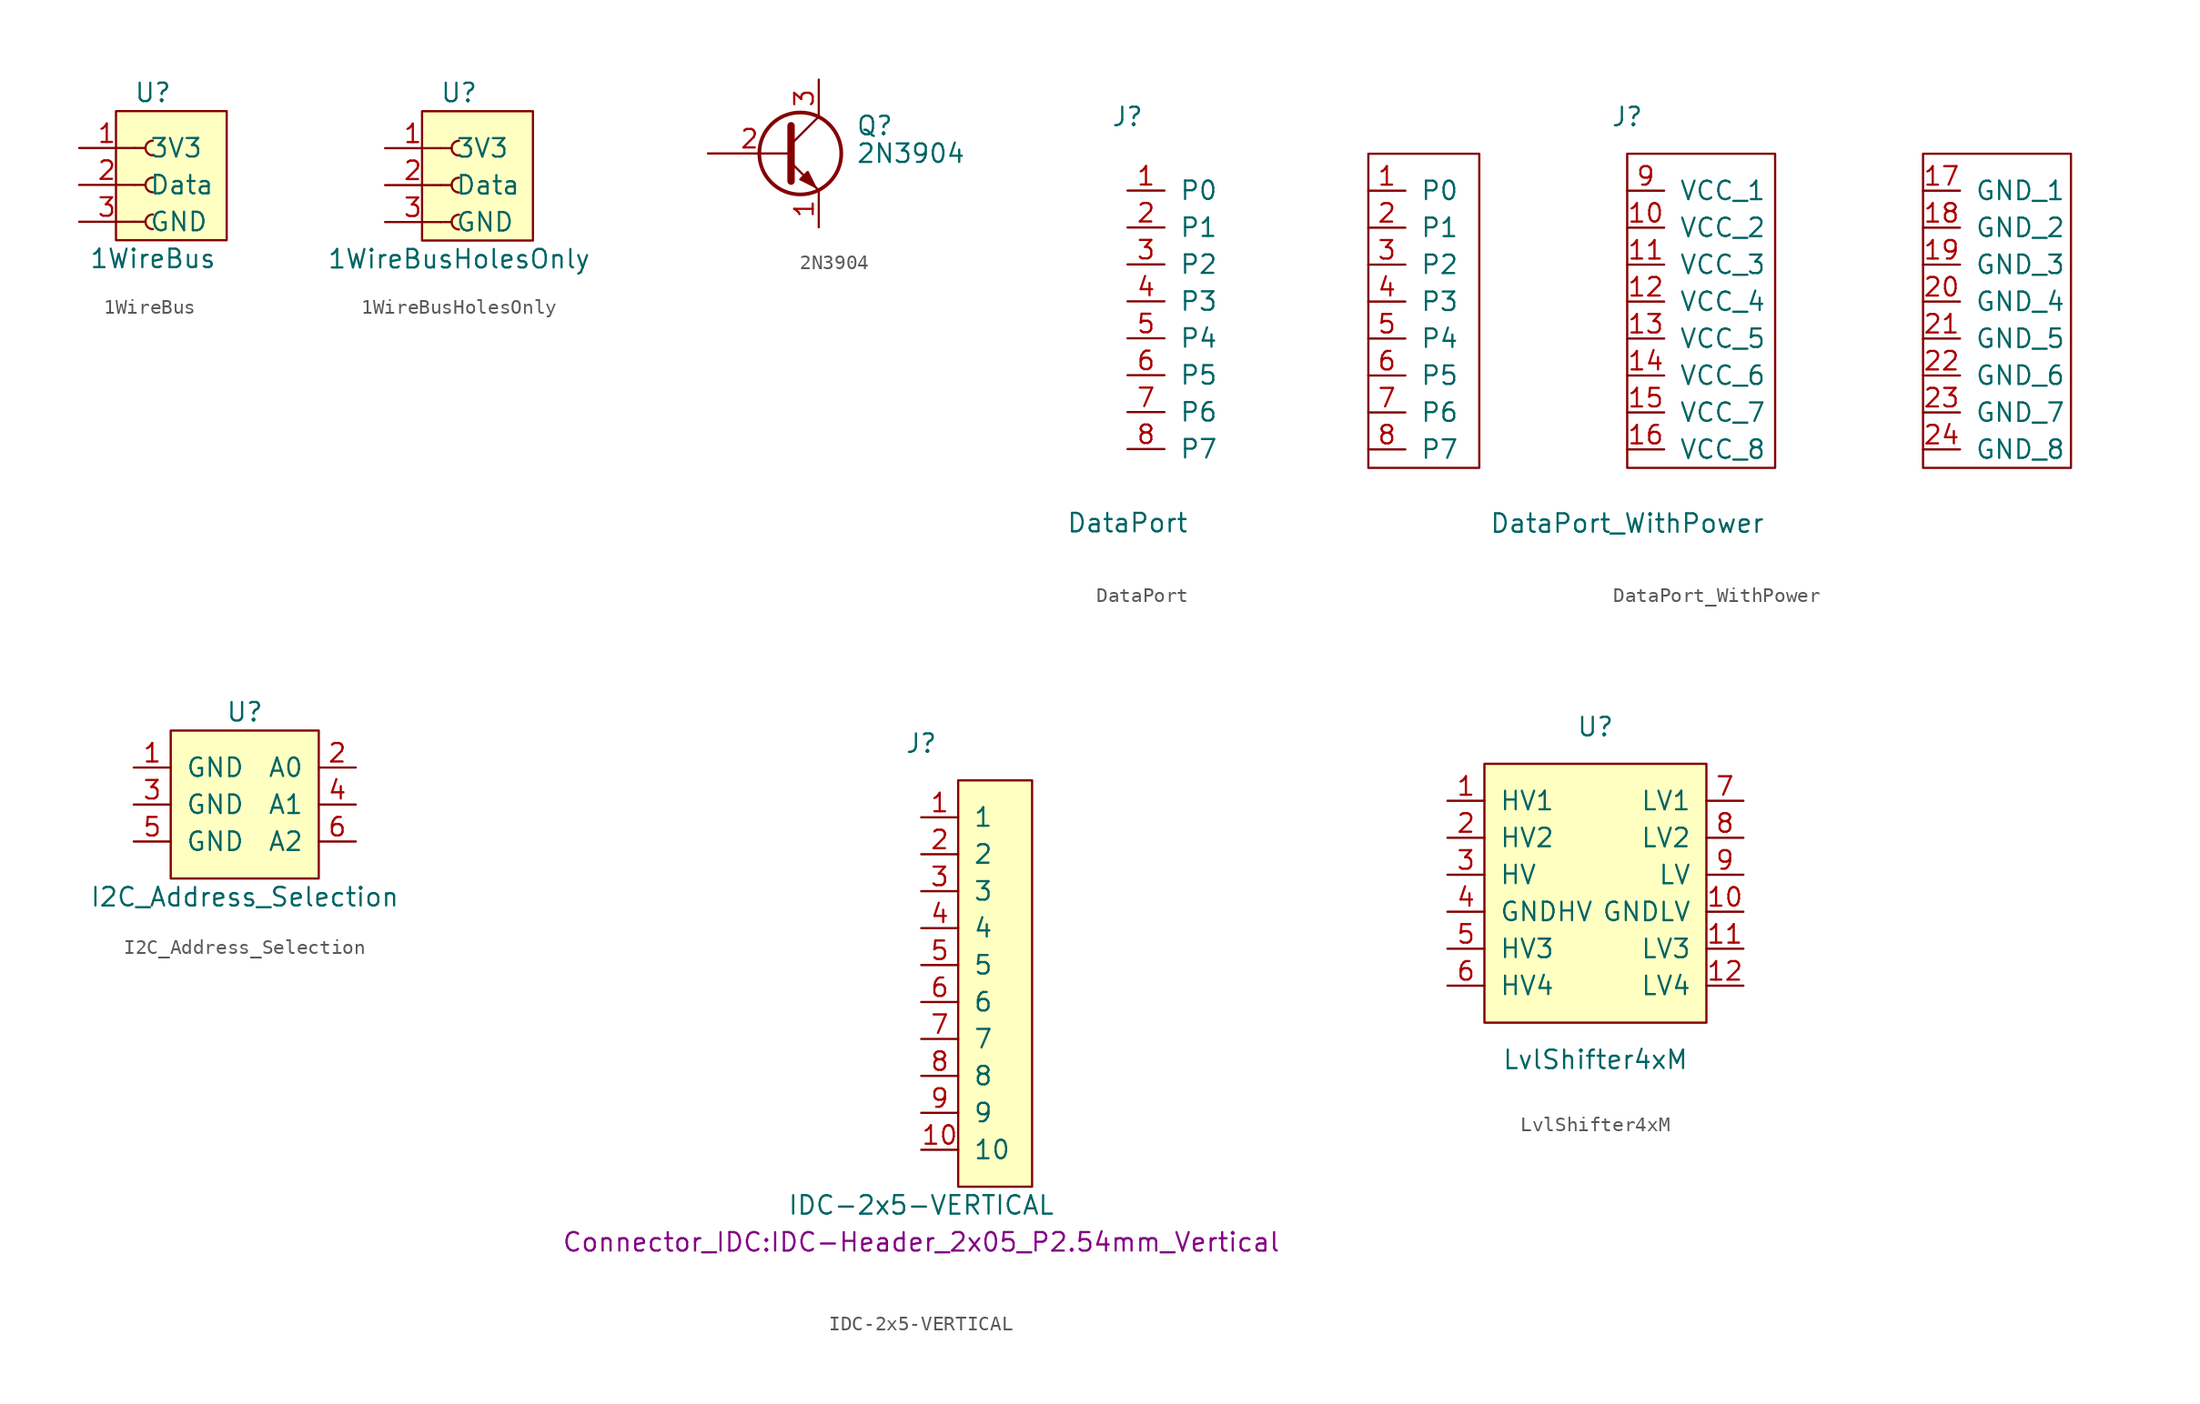
<source format=kicad_sym>
(kicad_symbol_lib
  (version 20201005)
  (generator kicad_symbol_editor)
  (symbol "UH_HA:1WireBus"
    (pin_names
      (offset 1.016))
    (property "Reference" "U"
      (at 0 6.35 0)
      (effects (font (size 1.27 1.27))))
    (property "Value" "1WireBus"
      (at 0 -5.08 0)
      (effects (font (size 1.27 1.27))))
    (symbol "1WireBus_0_1"
      (rectangle (start -2.54 5.08) (end 5.08 -3.81) (stroke (width 0)) (fill (type background))))
    (symbol "1WireBus_1_1"
      (arc (start 0 -2.032) (end 0 -3.048) (radius (at 0 -2.54) (length 0.508) (angles 90.1 -90.1)) (stroke (width 0.1524)) (fill (type none)))
      (arc (start 0 0.508) (end 0 -0.508) (radius (at 0 0) (length 0.508) (angles 90.1 -90.1)) (stroke (width 0.1524)) (fill (type none)))
      (arc (start 0 3.048) (end 0 2.032) (radius (at 0 2.54) (length 0.508) (angles 90.1 -90.1)) (stroke (width 0.1524)) (fill (type none)))
      (polyline (pts (xy -1.27 -2.54) (xy -0.508 -2.54)) (stroke (width 0.152)) (fill (type none)))
      (polyline (pts (xy -1.27 0) (xy -0.508 0)) (stroke (width 0.152)) (fill (type none)))
      (polyline (pts (xy -1.27 2.54) (xy -0.508 2.54)) (stroke (width 0.152)) (fill (type none)))
      (pin power_in line (at -5.08 2.54 0) (length 3.81) (name "3V3" (effects (font (size 1.27 1.27)))) (number "1" (effects (font (size 1.27 1.27)))))
      (pin bidirectional line (at -5.08 0 0) (length 3.81) (name "Data" (effects (font (size 1.27 1.27)))) (number "2" (effects (font (size 1.27 1.27)))))
      (pin power_in line (at -5.08 -2.54 0) (length 3.81) (name "GND" (effects (font (size 1.27 1.27)))) (number "3" (effects (font (size 1.27 1.27)))))))
  (symbol "UH_HA:1WireBusHolesOnly"
    (pin_names
      (offset 1.016))
    (property "Reference" "U"
      (at 0 6.35 0)
      (effects (font (size 1.27 1.27))))
    (property "Value" "1WireBusHolesOnly"
      (at 0 -5.08 0)
      (effects (font (size 1.27 1.27))))
    (symbol "1WireBusHolesOnly_0_1"
      (rectangle (start -2.54 5.08) (end 5.08 -3.81) (stroke (width 0)) (fill (type background))))
    (symbol "1WireBusHolesOnly_1_1"
      (arc (start 0 -2.032) (end 0 -3.048) (radius (at 0 -2.54) (length 0.508) (angles 90.1 -90.1)) (stroke (width 0.1524)) (fill (type none)))
      (arc (start 0 0.508) (end 0 -0.508) (radius (at 0 0) (length 0.508) (angles 90.1 -90.1)) (stroke (width 0.1524)) (fill (type none)))
      (arc (start 0 3.048) (end 0 2.032) (radius (at 0 2.54) (length 0.508) (angles 90.1 -90.1)) (stroke (width 0.1524)) (fill (type none)))
      (polyline (pts (xy -1.27 -2.54) (xy -0.508 -2.54)) (stroke (width 0.152)) (fill (type none)))
      (polyline (pts (xy -1.27 0) (xy -0.508 0)) (stroke (width 0.152)) (fill (type none)))
      (polyline (pts (xy -1.27 2.54) (xy -0.508 2.54)) (stroke (width 0.152)) (fill (type none)))
      (pin power_in line (at -5.08 2.54 0) (length 3.81) (name "3V3" (effects (font (size 1.27 1.27)))) (number "1" (effects (font (size 1.27 1.27)))))
      (pin bidirectional line (at -5.08 0 0) (length 3.81) (name "Data" (effects (font (size 1.27 1.27)))) (number "2" (effects (font (size 1.27 1.27)))))
      (pin power_in line (at -5.08 -2.54 0) (length 3.81) (name "GND" (effects (font (size 1.27 1.27)))) (number "3" (effects (font (size 1.27 1.27)))))))
  (symbol "UH_HA:2N3904"
    (pin_names
      (offset 0) hide)
    (property "Reference" "Q"
      (at 5.08 1.905 0)
      (effects (font (size 1.27 1.27)) (justify left)))
    (property "Value" "2N3904"
      (at 5.08 0 0)
      (effects (font (size 1.27 1.27)) (justify left)))
    (symbol "2N3904_0_1"
      (circle (center 1.27 0) (radius 2.819) (stroke (width 0.254)) (fill (type none)))
      (polyline (pts (xy 0.635 0.635) (xy 2.54 2.54)) (stroke (width 0)) (fill (type none)))
      (polyline (pts (xy 0.635 -0.635) (xy 2.54 -2.54) (xy 2.54 -2.54)) (stroke (width 0)) (fill (type none)))
      (polyline (pts (xy 0.635 1.905) (xy 0.635 -1.905) (xy 0.635 -1.905)) (stroke (width 0.508)) (fill (type none)))
      (polyline (pts (xy 1.27 -1.778) (xy 1.778 -1.27) (xy 2.286 -2.286) (xy 1.27 -1.778) (xy 1.27 -1.778)) (stroke (width 0)) (fill (type outline))))
    (symbol "2N3904_1_1"
      (pin passive line (at 2.54 -5.08 90) (length 2.54) (name "E" (effects (font (size 1.27 1.27)))) (number "1" (effects (font (size 1.27 1.27)))))
      (pin passive line (at -5.08 0 0) (length 5.715) (name "B" (effects (font (size 1.27 1.27)))) (number "2" (effects (font (size 1.27 1.27)))))
      (pin passive line (at 2.54 5.08 270) (length 2.54) (name "C" (effects (font (size 1.27 1.27)))) (number "3" (effects (font (size 1.27 1.27)))))))
  (symbol "UH_HA:DataPort"
    (pin_names
      (offset 1.016))
    (property "Reference" "J"
      (at 0 5.08 0)
      (effects (font (size 1.27 1.27))))
    (property "Value" "DataPort"
      (at 0 -22.86 0)
      (effects (font (size 1.27 1.27))))
    (symbol "DataPort_1_1"
      (pin passive line (at 0 0 0) (length 2.54) (name "P0" (effects (font (size 1.27 1.27)))) (number "1" (effects (font (size 1.27 1.27)))))
      (pin passive line (at 0 -2.54 0) (length 2.54) (name "P1" (effects (font (size 1.27 1.27)))) (number "2" (effects (font (size 1.27 1.27)))))
      (pin passive line (at 0 -5.08 0) (length 2.54) (name "P2" (effects (font (size 1.27 1.27)))) (number "3" (effects (font (size 1.27 1.27)))))
      (pin passive line (at 0 -7.62 0) (length 2.54) (name "P3" (effects (font (size 1.27 1.27)))) (number "4" (effects (font (size 1.27 1.27)))))
      (pin passive line (at 0 -10.16 0) (length 2.54) (name "P4" (effects (font (size 1.27 1.27)))) (number "5" (effects (font (size 1.27 1.27)))))
      (pin passive line (at 0 -12.7 0) (length 2.54) (name "P5" (effects (font (size 1.27 1.27)))) (number "6" (effects (font (size 1.27 1.27)))))
      (pin passive line (at 0 -15.24 0) (length 2.54) (name "P6" (effects (font (size 1.27 1.27)))) (number "7" (effects (font (size 1.27 1.27)))))
      (pin passive line (at 0 -17.78 0) (length 2.54) (name "P7" (effects (font (size 1.27 1.27)))) (number "8" (effects (font (size 1.27 1.27)))))))
  (symbol "UH_HA:DataPort_WithPower"
    (pin_names
      (offset 1.016))
    (property "Reference" "J"
      (at 0 13.97 0)
      (effects (font (size 1.27 1.27))))
    (property "Value" "DataPort_WithPower"
      (at 0 -13.97 0)
      (effects (font (size 1.27 1.27))))
    (symbol "DataPort_WithPower_0_1"
      (rectangle (start -17.78 11.43) (end -10.16 -10.16) (stroke (width 0)) (fill (type none)))
      (rectangle (start 0 11.43) (end 10.16 -10.16) (stroke (width 0)) (fill (type none)))
      (rectangle (start 20.32 11.43) (end 30.48 -10.16) (stroke (width 0)) (fill (type none))))
    (symbol "DataPort_WithPower_1_1"
      (pin bidirectional line (at -17.78 8.89 0) (length 2.54) (name "P0" (effects (font (size 1.27 1.27)))) (number "1" (effects (font (size 1.27 1.27)))))
      (pin power_out line (at 0 6.35 0) (length 2.54) (name "VCC_2" (effects (font (size 1.27 1.27)))) (number "10" (effects (font (size 1.27 1.27)))))
      (pin power_out line (at 0 3.81 0) (length 2.54) (name "VCC_3" (effects (font (size 1.27 1.27)))) (number "11" (effects (font (size 1.27 1.27)))))
      (pin power_out line (at 0 1.27 0) (length 2.54) (name "VCC_4" (effects (font (size 1.27 1.27)))) (number "12" (effects (font (size 1.27 1.27)))))
      (pin power_out line (at 0 -1.27 0) (length 2.54) (name "VCC_5" (effects (font (size 1.27 1.27)))) (number "13" (effects (font (size 1.27 1.27)))))
      (pin power_out line (at 0 -3.81 0) (length 2.54) (name "VCC_6" (effects (font (size 1.27 1.27)))) (number "14" (effects (font (size 1.27 1.27)))))
      (pin power_out line (at 0 -6.35 0) (length 2.54) (name "VCC_7" (effects (font (size 1.27 1.27)))) (number "15" (effects (font (size 1.27 1.27)))))
      (pin power_out line (at 0 -8.89 0) (length 2.54) (name "VCC_8" (effects (font (size 1.27 1.27)))) (number "16" (effects (font (size 1.27 1.27)))))
      (pin power_out line (at 20.32 8.89 0) (length 2.54) (name "GND_1" (effects (font (size 1.27 1.27)))) (number "17" (effects (font (size 1.27 1.27)))))
      (pin power_out line (at 20.32 6.35 0) (length 2.54) (name "GND_2" (effects (font (size 1.27 1.27)))) (number "18" (effects (font (size 1.27 1.27)))))
      (pin power_out line (at 20.32 3.81 0) (length 2.54) (name "GND_3" (effects (font (size 1.27 1.27)))) (number "19" (effects (font (size 1.27 1.27)))))
      (pin bidirectional line (at -17.78 6.35 0) (length 2.54) (name "P1" (effects (font (size 1.27 1.27)))) (number "2" (effects (font (size 1.27 1.27)))))
      (pin power_out line (at 20.32 1.27 0) (length 2.54) (name "GND_4" (effects (font (size 1.27 1.27)))) (number "20" (effects (font (size 1.27 1.27)))))
      (pin power_out line (at 20.32 -1.27 0) (length 2.54) (name "GND_5" (effects (font (size 1.27 1.27)))) (number "21" (effects (font (size 1.27 1.27)))))
      (pin power_out line (at 20.32 -3.81 0) (length 2.54) (name "GND_6" (effects (font (size 1.27 1.27)))) (number "22" (effects (font (size 1.27 1.27)))))
      (pin power_out line (at 20.32 -6.35 0) (length 2.54) (name "GND_7" (effects (font (size 1.27 1.27)))) (number "23" (effects (font (size 1.27 1.27)))))
      (pin power_out line (at 20.32 -8.89 0) (length 2.54) (name "GND_8" (effects (font (size 1.27 1.27)))) (number "24" (effects (font (size 1.27 1.27)))))
      (pin bidirectional line (at -17.78 3.81 0) (length 2.54) (name "P2" (effects (font (size 1.27 1.27)))) (number "3" (effects (font (size 1.27 1.27)))))
      (pin bidirectional line (at -17.78 1.27 0) (length 2.54) (name "P3" (effects (font (size 1.27 1.27)))) (number "4" (effects (font (size 1.27 1.27)))))
      (pin bidirectional line (at -17.78 -1.27 0) (length 2.54) (name "P4" (effects (font (size 1.27 1.27)))) (number "5" (effects (font (size 1.27 1.27)))))
      (pin bidirectional line (at -17.78 -3.81 0) (length 2.54) (name "P5" (effects (font (size 1.27 1.27)))) (number "6" (effects (font (size 1.27 1.27)))))
      (pin bidirectional line (at -17.78 -6.35 0) (length 2.54) (name "P6" (effects (font (size 1.27 1.27)))) (number "7" (effects (font (size 1.27 1.27)))))
      (pin bidirectional line (at -17.78 -8.89 0) (length 2.54) (name "P7" (effects (font (size 1.27 1.27)))) (number "8" (effects (font (size 1.27 1.27)))))
      (pin power_out line (at 0 8.89 0) (length 2.54) (name "VCC_1" (effects (font (size 1.27 1.27)))) (number "9" (effects (font (size 1.27 1.27)))))))
  (symbol "UH_HA:I2C_Address_Selection"
    (pin_names
      (offset 1.016))
    (property "Reference" "U"
      (at 0 6.35 0)
      (effects (font (size 1.27 1.27))))
    (property "Value" "I2C_Address_Selection"
      (at 0 -6.35 0)
      (effects (font (size 1.27 1.27))))
    (symbol "I2C_Address_Selection_0_1"
      (rectangle (start -5.08 5.08) (end 5.08 -5.08) (stroke (width 0)) (fill (type background))))
    (symbol "I2C_Address_Selection_1_1"
      (pin power_in line (at -7.62 2.54 0) (length 2.54) (name "GND" (effects (font (size 1.27 1.27)))) (number "1" (effects (font (size 1.27 1.27)))))
      (pin output line (at 7.62 2.54 180) (length 2.54) (name "A0" (effects (font (size 1.27 1.27)))) (number "2" (effects (font (size 1.27 1.27)))))
      (pin power_in line (at -7.62 0 0) (length 2.54) (name "GND" (effects (font (size 1.27 1.27)))) (number "3" (effects (font (size 1.27 1.27)))))
      (pin output line (at 7.62 0 180) (length 2.54) (name "A1" (effects (font (size 1.27 1.27)))) (number "4" (effects (font (size 1.27 1.27)))))
      (pin power_in line (at -7.62 -2.54 0) (length 2.54) (name "GND" (effects (font (size 1.27 1.27)))) (number "5" (effects (font (size 1.27 1.27)))))
      (pin output line (at 7.62 -2.54 180) (length 2.54) (name "A2" (effects (font (size 1.27 1.27)))) (number "6" (effects (font (size 1.27 1.27)))))))
  (symbol "UH_HA:IDC-2x5-VERTICAL"
    (pin_names
      (offset 1.016))
    (property "Reference" "J"
      (at 0 16.51 0)
      (effects (font (size 1.27 1.27))))
    (property "Value" "IDC-2x5-VERTICAL"
      (at 0 -15.24 0)
      (effects (font (size 1.27 1.27))))
    (property "Footprint" "Connector_IDC:IDC-Header_2x05_P2.54mm_Vertical"
      (at 0 -17.78 0)
      (effects (font (size 1.27 1.27))))
    (symbol "IDC-2x5-VERTICAL_0_1"
      (rectangle (start 2.54 13.97) (end 7.62 -13.97) (stroke (width 0)) (fill (type background))))
    (symbol "IDC-2x5-VERTICAL_1_1"
      (pin passive line (at 0 11.43 0) (length 2.54) (name "1" (effects (font (size 1.27 1.27)))) (number "1" (effects (font (size 1.27 1.27)))))
      (pin passive line (at 0 -11.43 0) (length 2.54) (name "10" (effects (font (size 1.27 1.27)))) (number "10" (effects (font (size 1.27 1.27)))))
      (pin passive line (at 0 8.89 0) (length 2.54) (name "2" (effects (font (size 1.27 1.27)))) (number "2" (effects (font (size 1.27 1.27)))))
      (pin passive line (at 0 6.35 0) (length 2.54) (name "3" (effects (font (size 1.27 1.27)))) (number "3" (effects (font (size 1.27 1.27)))))
      (pin passive line (at 0 3.81 0) (length 2.54) (name "4" (effects (font (size 1.27 1.27)))) (number "4" (effects (font (size 1.27 1.27)))))
      (pin passive line (at 0 1.27 0) (length 2.54) (name "5" (effects (font (size 1.27 1.27)))) (number "5" (effects (font (size 1.27 1.27)))))
      (pin passive line (at 0 -1.27 0) (length 2.54) (name "6" (effects (font (size 1.27 1.27)))) (number "6" (effects (font (size 1.27 1.27)))))
      (pin passive line (at 0 -3.81 0) (length 2.54) (name "7" (effects (font (size 1.27 1.27)))) (number "7" (effects (font (size 1.27 1.27)))))
      (pin passive line (at 0 -6.35 0) (length 2.54) (name "8" (effects (font (size 1.27 1.27)))) (number "8" (effects (font (size 1.27 1.27)))))
      (pin passive line (at 0 -8.89 0) (length 2.54) (name "9" (effects (font (size 1.27 1.27)))) (number "9" (effects (font (size 1.27 1.27)))))))
  (symbol "UH_HA:LvlShifter4xM"
    (pin_names
      (offset 1.016))
    (property "Reference" "U"
      (at 0 12.7 0)
      (effects (font (size 1.27 1.27))))
    (property "Value" "LvlShifter4xM"
      (at 0 -10.16 0)
      (effects (font (size 1.27 1.27))))
    (symbol "LvlShifter4xM_0_1"
      (rectangle (start 7.62 -7.62) (end -7.62 10.16) (stroke (width 0)) (fill (type background))))
    (symbol "LvlShifter4xM_1_1"
      (pin bidirectional line (at -10.16 7.62 0) (length 2.54) (name "HV1" (effects (font (size 1.27 1.27)))) (number "1" (effects (font (size 1.27 1.27)))))
      (pin power_in line (at 10.16 0 180) (length 2.54) (name "GNDLV" (effects (font (size 1.27 1.27)))) (number "10" (effects (font (size 1.27 1.27)))))
      (pin bidirectional line (at 10.16 -2.54 180) (length 2.54) (name "LV3" (effects (font (size 1.27 1.27)))) (number "11" (effects (font (size 1.27 1.27)))))
      (pin bidirectional line (at 10.16 -5.08 180) (length 2.54) (name "LV4" (effects (font (size 1.27 1.27)))) (number "12" (effects (font (size 1.27 1.27)))))
      (pin bidirectional line (at -10.16 5.08 0) (length 2.54) (name "HV2" (effects (font (size 1.27 1.27)))) (number "2" (effects (font (size 1.27 1.27)))))
      (pin power_in line (at -10.16 2.54 0) (length 2.54) (name "HV" (effects (font (size 1.27 1.27)))) (number "3" (effects (font (size 1.27 1.27)))))
      (pin power_in line (at -10.16 0 0) (length 2.54) (name "GNDHV" (effects (font (size 1.27 1.27)))) (number "4" (effects (font (size 1.27 1.27)))))
      (pin bidirectional line (at -10.16 -2.54 0) (length 2.54) (name "HV3" (effects (font (size 1.27 1.27)))) (number "5" (effects (font (size 1.27 1.27)))))
      (pin bidirectional line (at -10.16 -5.08 0) (length 2.54) (name "HV4" (effects (font (size 1.27 1.27)))) (number "6" (effects (font (size 1.27 1.27)))))
      (pin bidirectional line (at 10.16 7.62 180) (length 2.54) (name "LV1" (effects (font (size 1.27 1.27)))) (number "7" (effects (font (size 1.27 1.27)))))
      (pin bidirectional line (at 10.16 5.08 180) (length 2.54) (name "LV2" (effects (font (size 1.27 1.27)))) (number "8" (effects (font (size 1.27 1.27)))))
      (pin power_in line (at 10.16 2.54 180) (length 2.54) (name "LV" (effects (font (size 1.27 1.27)))) (number "9" (effects (font (size 1.27 1.27))))))))
</source>
